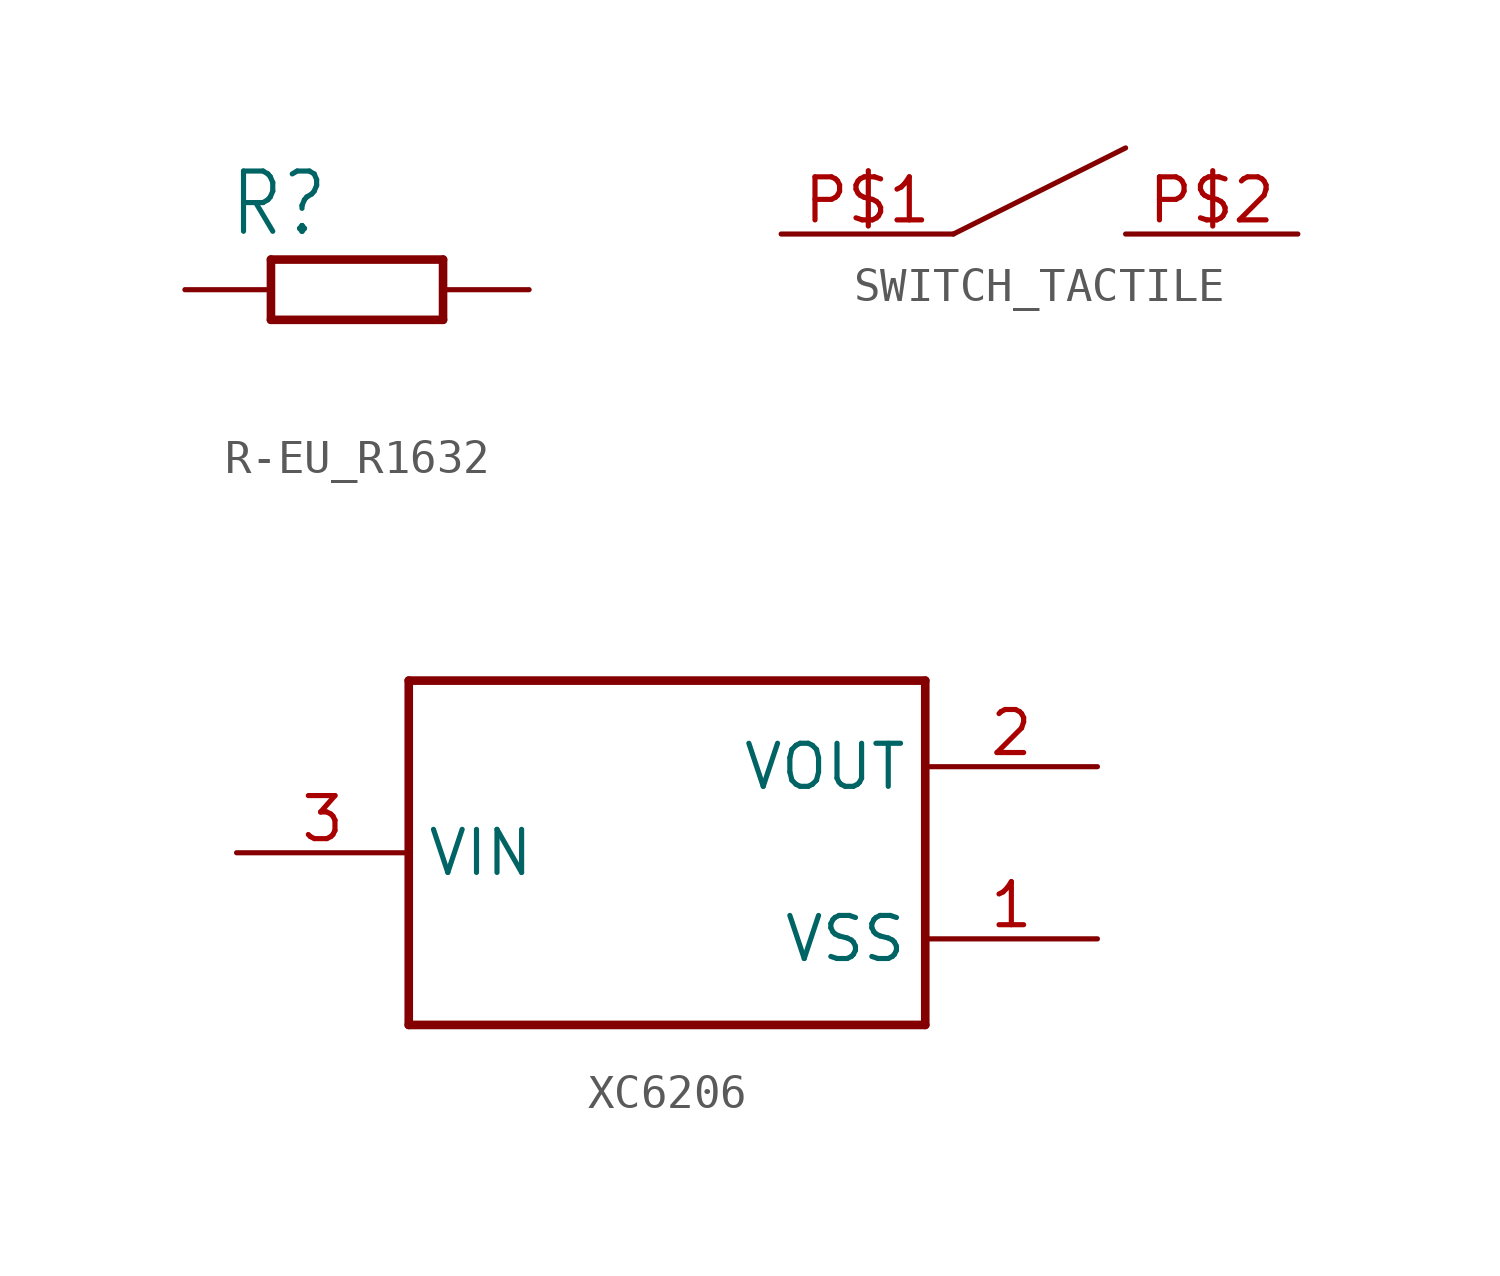
<source format=kicad_sym>
(kicad_symbol_lib
  (version 20220914)
  (generator kicad_symbol_editor)
  (symbol "R-EU_R1632"
    (property "Reference" "R"
      (at -3.81 1.499 0)
      (effects (font (size 1.778 1.511)) (justify left bottom)))
    (property "Value" ""
      (at -3.81 -3.302 0)
      (effects (font (size 1.778 1.511)) (justify left bottom)))
    (property "ki_locked" ""
      (at 0 0 0)
      (effects (font (size 1.27 1.27))))
    (symbol "R-EU_R1632_1_0"
      (polyline (pts (xy -2.54 -0.889) (xy -2.54 0.889)) (stroke (width 0.254) (type solid)) (fill (type none)))
      (polyline (pts (xy -2.54 -0.889) (xy 2.54 -0.889)) (stroke (width 0.254) (type solid)) (fill (type none)))
      (polyline (pts (xy 2.54 -0.889) (xy 2.54 0.889)) (stroke (width 0.254) (type solid)) (fill (type none)))
      (polyline (pts (xy 2.54 0.889) (xy -2.54 0.889)) (stroke (width 0.254) (type solid)) (fill (type none)))
      (pin passive line (at -5.08 0 0) (length 2.54) (name "1" (effects (font (size 0 0)))) (number "1" (effects (font (size 0 0)))))
      (pin passive line (at 5.08 0 180) (length 2.54) (name "2" (effects (font (size 0 0)))) (number "2" (effects (font (size 0 0)))))))
  (symbol "SWITCH_TACTILE"
    (property "Reference" ""
      (at 0 0 0)
      (effects (font (size 1.27 1.27)) hide))
    (property "ki_locked" ""
      (at 0 0 0)
      (effects (font (size 1.27 1.27))))
    (symbol "SWITCH_TACTILE_1_0"
      (polyline (pts (xy -2.54 0) (xy 2.54 2.54)) (stroke (width 0.152) (type solid)) (fill (type none)))
      (pin bidirectional line (at -7.62 0 0) (length 5.08) (name "1" (effects (font (size 0 0)))) (number "P$1" (effects (font (size 1.27 1.27)))))
      (pin bidirectional line (at 7.62 0 180) (length 5.08) (name "2" (effects (font (size 0 0)))) (number "P$2" (effects (font (size 1.27 1.27)))))))
  (symbol "XC6206"
    (property "Reference" ""
      (at -7.62 7.62 0)
      (effects (font (size 1.778 1.511)) (justify left top) hide))
    (property "ki_locked" ""
      (at 0 0 0)
      (effects (font (size 1.27 1.27))))
    (symbol "XC6206_1_0"
      (polyline (pts (xy -7.62 -5.08) (xy -7.62 5.08)) (stroke (width 0.254) (type solid)) (fill (type none)))
      (polyline (pts (xy -7.62 5.08) (xy 7.62 5.08)) (stroke (width 0.254) (type solid)) (fill (type none)))
      (polyline (pts (xy 7.62 -5.08) (xy -7.62 -5.08)) (stroke (width 0.254) (type solid)) (fill (type none)))
      (polyline (pts (xy 7.62 5.08) (xy 7.62 -5.08)) (stroke (width 0.254) (type solid)) (fill (type none)))
      (pin bidirectional line (at 12.7 -2.54 180) (length 5.08) (name "VSS" (effects (font (size 1.27 1.27)))) (number "1" (effects (font (size 1.27 1.27)))))
      (pin bidirectional line (at 12.7 2.54 180) (length 5.08) (name "VOUT" (effects (font (size 1.27 1.27)))) (number "2" (effects (font (size 1.27 1.27)))))
      (pin bidirectional line (at -12.7 0 0) (length 5.08) (name "VIN" (effects (font (size 1.27 1.27)))) (number "3" (effects (font (size 1.27 1.27))))))))
</source>
